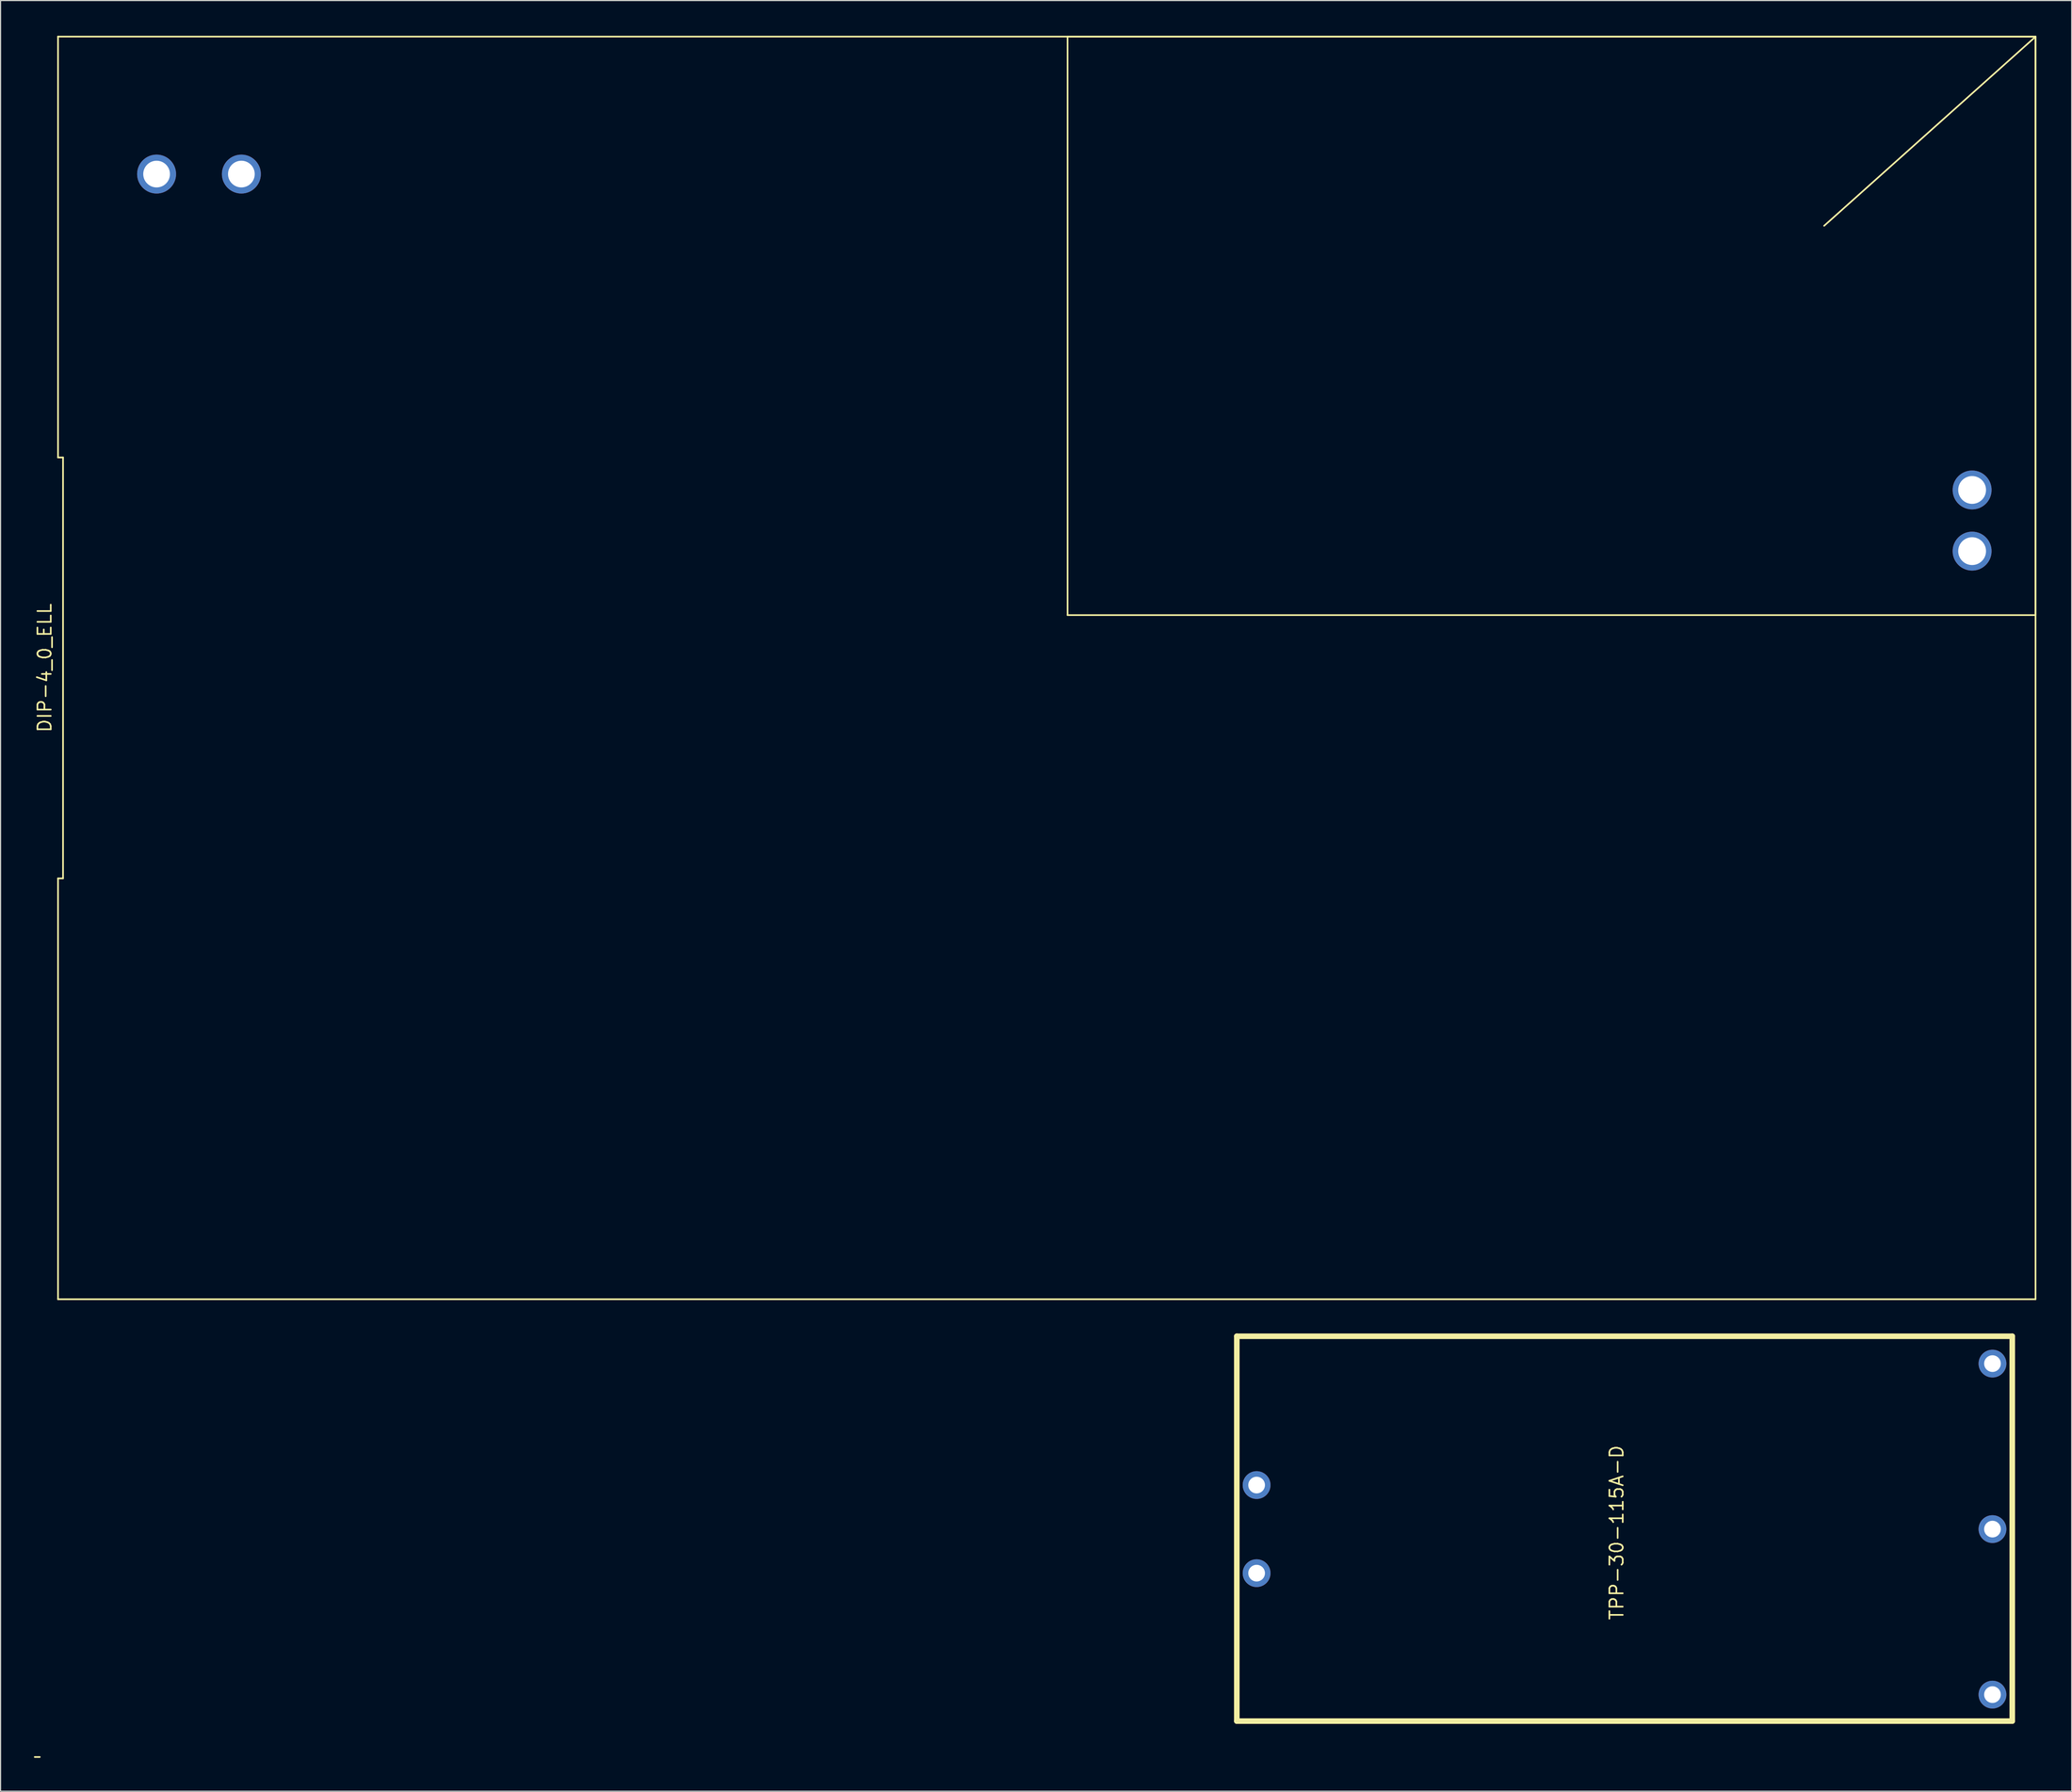
<source format=kicad_pcb>
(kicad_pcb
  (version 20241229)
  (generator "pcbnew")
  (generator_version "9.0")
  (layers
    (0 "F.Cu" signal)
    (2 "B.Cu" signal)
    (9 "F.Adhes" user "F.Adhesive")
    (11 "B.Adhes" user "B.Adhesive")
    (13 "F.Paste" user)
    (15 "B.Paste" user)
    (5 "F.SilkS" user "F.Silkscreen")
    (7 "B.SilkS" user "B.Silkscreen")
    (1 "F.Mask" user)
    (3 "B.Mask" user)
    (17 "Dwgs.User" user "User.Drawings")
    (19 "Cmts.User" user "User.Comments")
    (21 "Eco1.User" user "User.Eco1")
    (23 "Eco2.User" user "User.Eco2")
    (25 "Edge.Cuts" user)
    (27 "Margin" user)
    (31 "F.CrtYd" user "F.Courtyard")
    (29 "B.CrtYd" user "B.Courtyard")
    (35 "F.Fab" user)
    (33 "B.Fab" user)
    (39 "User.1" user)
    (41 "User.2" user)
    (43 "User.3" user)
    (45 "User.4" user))
  (footprint "DIP-4_0_ELL"
    (layer "F.Cu")
    (at 179.905 0.25)
    (property "Reference" "DIP-4_0_ELL" (at -178.94 56.75 90) (layer "F.SilkS") (effects (font (size 1.2 1.2) (thickness 0.15))))
    (attr through_hole)
    (fp_line (start -177.74 -0.01) (end -177.74 37.83) (stroke (width 0.15) (type solid)) (layer "F.SilkS"))
    (fp_line (start -177.74 37.83) (end -177.29 37.83) (stroke (width 0.15) (type solid)) (layer "F.SilkS"))
    (fp_line (start -177.74 75.67) (end -177.74 113.51) (stroke (width 0.15) (type solid)) (layer "F.SilkS"))
    (fp_line (start -177.74 113.51) (end 0 113.51) (stroke (width 0.15) (type solid)) (layer "F.SilkS"))
    (fp_line (start -177.29 37.83) (end -177.29 75.67) (stroke (width 0.15) (type solid)) (layer "F.SilkS"))
    (fp_line (start -177.29 75.67) (end -177.74 75.67) (stroke (width 0.15) (type solid)) (layer "F.SilkS"))
    (fp_line (start -87 0) (end 0 0) (stroke (width 0.15) (type solid)) (layer "F.SilkS"))
    (fp_line (start -87 52) (end -87 0) (stroke (width 0.15) (type solid)) (layer "F.SilkS"))
    (fp_line (start 0 -0.01) (end -177.74 -0.01) (stroke (width 0.15) (type solid)) (layer "F.SilkS"))
    (fp_line (start 0 0) (end -19 17) (stroke (width 0.15) (type solid)) (layer "F.SilkS"))
    (fp_line (start 0 0) (end 0 52) (stroke (width 0.15) (type solid)) (layer "F.SilkS"))
    (fp_line (start 0 52) (end -87 52) (stroke (width 0.15) (type solid)) (layer "F.SilkS"))
    (fp_line (start 0 113.51) (end 0 -0.01) (stroke (width 0.15) (type solid)) (layer "F.SilkS"))
    (pad "1" thru_hole circle (at -5.7 46.25) (size 3.5 3.5) (drill 2.5) (layers "*.Cu" "*.Mask"))
    (pad "2" thru_hole circle (at -5.7 40.75) (size 3.5 3.5) (drill 2.5) (layers "*.Cu" "*.Mask"))
    (pad "3" thru_hole circle (at -161.26 12.35) (size 3.5 3.5) (drill 2.4) (layers "*.Cu" "*.Mask"))
    (pad "4" thru_hole circle (at -168.88 12.35) (size 3.5 3.5) (drill 2.4) (layers "*.Cu" "*.Mask")))
  (footprint "TPP-30-115A-D"
    (layer "F.Cu")
    (at 177.815 117.085)
    (property "Reference" "TPP-30-115A-D" (at -35.56 17.653 90) (layer "F.SilkS") (effects (font (size 1.2 1.2) (thickness 0.15))))
    (attr through_hole)
    (fp_line (start -177.74 37.83) (end -177.29 37.83) (stroke (width 0.15) (type solid)) (layer "F.SilkS"))
    (fp_line (start -69.7 0) (end 0 0) (stroke (width 0.5) (type solid)) (layer "F.SilkS"))
    (fp_line (start -69.7 34.6) (end -69.7 0) (stroke (width 0.5) (type solid)) (layer "F.SilkS"))
    (fp_line (start 0 0) (end 0 34.6) (stroke (width 0.5) (type solid)) (layer "F.SilkS"))
    (fp_line (start 0 34.6) (end -69.7 34.6) (stroke (width 0.5) (type solid)) (layer "F.SilkS"))
    (pad "1" thru_hole circle (at -67.92 21.3) (size 2.5 2.5) (drill 1.5) (layers "*.Cu" "*.Mask"))
    (pad "2" thru_hole circle (at -67.92 13.38) (size 2.5 2.5) (drill 1.5) (layers "*.Cu" "*.Mask"))
    (pad "3" thru_hole circle (at -1.78 32.22) (size 2.5 2.5) (drill 1.5) (layers "*.Cu" "*.Mask"))
    (pad "4" thru_hole circle (at -1.78 17.34) (size 2.5 2.5) (drill 1.5) (layers "*.Cu" "*.Mask"))
    (pad "5" thru_hole circle (at -1.78 2.46) (size 2.5 2.5) (drill 1.5) (layers "*.Cu" "*.Mask")))
  (gr_rect
    (start -3 -3)
    (end 183.155 157.99)
    (stroke (width 0.1) (type default))
    (fill no)
    (layer "Edge.Cuts")))
</source>
